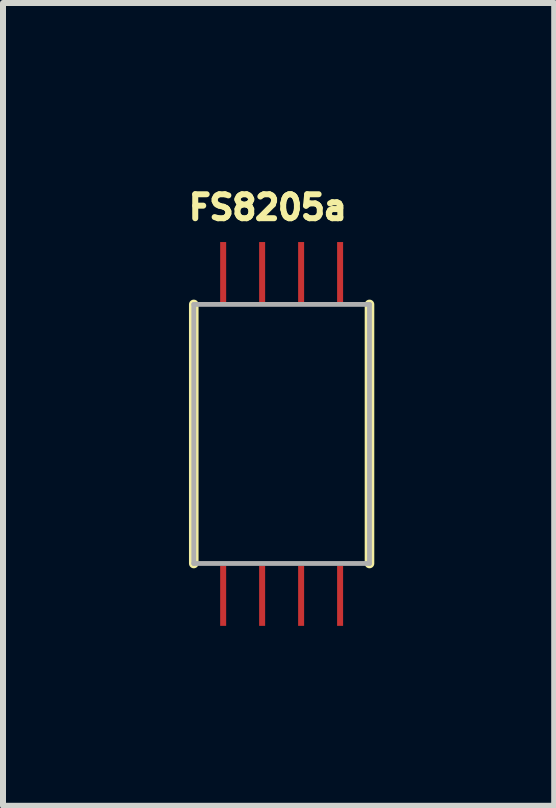
<source format=kicad_pcb>
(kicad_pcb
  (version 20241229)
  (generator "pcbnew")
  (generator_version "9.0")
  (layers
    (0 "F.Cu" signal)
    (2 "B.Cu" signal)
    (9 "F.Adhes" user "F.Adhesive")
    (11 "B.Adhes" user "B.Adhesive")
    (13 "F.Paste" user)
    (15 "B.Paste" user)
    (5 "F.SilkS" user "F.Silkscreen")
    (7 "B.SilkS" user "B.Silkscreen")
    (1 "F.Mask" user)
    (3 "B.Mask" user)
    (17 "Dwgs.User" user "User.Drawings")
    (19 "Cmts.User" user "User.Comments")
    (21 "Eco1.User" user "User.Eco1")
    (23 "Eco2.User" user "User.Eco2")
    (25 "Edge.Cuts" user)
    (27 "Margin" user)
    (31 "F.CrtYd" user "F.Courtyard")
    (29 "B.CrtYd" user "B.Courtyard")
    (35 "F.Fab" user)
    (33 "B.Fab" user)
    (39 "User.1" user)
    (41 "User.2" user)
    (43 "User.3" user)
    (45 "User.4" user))
  (footprint "FS8205a"
    (layer "F.Cu")
    (at 0.671 4.186)
    (property "Reference" "FS8205a" (at 0.744 -3.777 0) (layer "F.SilkS") (effects (font (size 0.4 0.4) (thickness 0.1))))
    (attr through_hole)
    (fp_line (start -0.49 -2.16) (end -0.49 2.16) (stroke (width 0.16) (type solid)) (layer "F.SilkS"))
    (fp_line (start 2.44 -2.16) (end 2.44 2.16) (stroke (width 0.16) (type solid)) (layer "F.SilkS"))
    (fp_line (start -0.49 -2.16) (end -0.49 2.16) (stroke (width 0.08) (type solid)) (layer "F.Fab"))
    (fp_line (start -0.49 -2.16) (end 2.44 -2.16) (stroke (width 0.08) (type solid)) (layer "F.Fab"))
    (fp_line (start -0.49 2.16) (end 2.44 2.16) (stroke (width 0.08) (type solid)) (layer "F.Fab"))
    (fp_line (start 2.44 -2.16) (end 2.44 2.16) (stroke (width 0.08) (type solid)) (layer "F.Fab"))
    (pad "1" smd rect (at 0 2.7) (size 0.1 1) (layers "F.Cu" "F.Mask" "F.Paste"))
    (pad "2" smd rect (at 0.65 2.7) (size 0.1 1) (layers "F.Cu" "F.Mask" "F.Paste"))
    (pad "3" smd rect (at 1.3 2.7) (size 0.1 1) (layers "F.Cu" "F.Mask" "F.Paste"))
    (pad "4" smd rect (at 1.95 2.7) (size 0.1 1) (layers "F.Cu" "F.Mask" "F.Paste"))
    (pad "5" smd rect (at 1.95 -2.7) (size 0.1 1) (layers "F.Cu" "F.Mask" "F.Paste"))
    (pad "6" smd rect (at 1.3 -2.7) (size 0.1 1) (layers "F.Cu" "F.Mask" "F.Paste"))
    (pad "7" smd rect (at 0.65 -2.7) (size 0.1 1) (layers "F.Cu" "F.Mask" "F.Paste"))
    (pad "8" smd rect (at 0 -2.7) (size 0.1 1) (layers "F.Cu" "F.Mask" "F.Paste")))
  (gr_rect
    (start -3 -3)
    (end 6.191 10.386)
    (stroke (width 0.1) (type default))
    (fill no)
    (layer "Edge.Cuts")))
</source>
